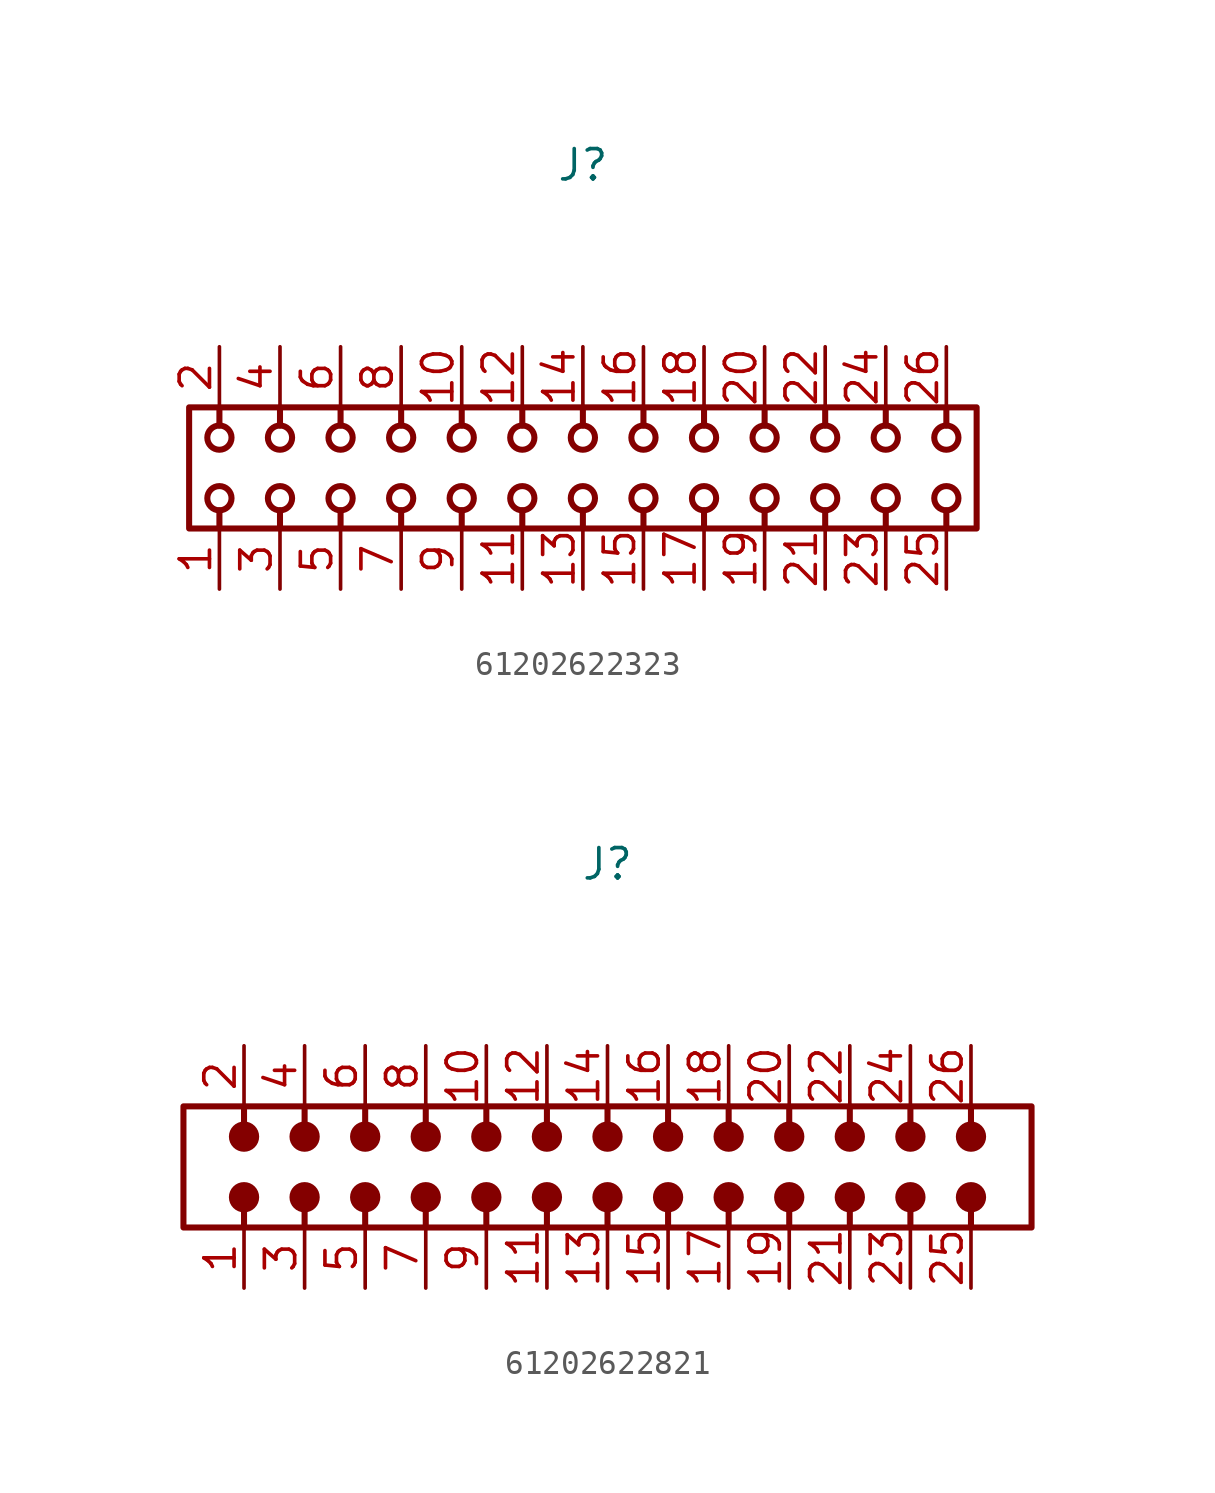
<source format=kicad_sym>
(kicad_symbol_lib
  (version 20241209)
  (generator "kicad_symbol_editor")
  (generator_version "9.0")
  (symbol "61202622323"
    (pin_names
      (hide yes))
    (property "Reference" "J"
      (at 0 12.7 0)
      (effects (font (size 1.27 1.27))))
    (symbol "61202622323_1_1"
      (rectangle (start -16.51 2.54) (end 16.51 -2.54) (stroke (width 0.254) (type solid)) (fill (type none)))
      (polyline (pts (xy -15.24 1.778) (xy -15.24 2.54)) (stroke (width 0.254) (type solid)) (fill (type none)))
      (circle (center -15.24 1.27) (radius 0.508) (stroke (width 0.254) (type solid)) (fill (type none)))
      (circle (center -15.24 -1.27) (radius 0.508) (stroke (width 0.254) (type solid)) (fill (type none)))
      (polyline (pts (xy -15.24 -1.778) (xy -15.24 -2.54)) (stroke (width 0.254) (type solid)) (fill (type none)))
      (polyline (pts (xy -12.7 1.778) (xy -12.7 2.54)) (stroke (width 0.254) (type solid)) (fill (type none)))
      (circle (center -12.7 1.27) (radius 0.508) (stroke (width 0.254) (type solid)) (fill (type none)))
      (circle (center -12.7 -1.27) (radius 0.508) (stroke (width 0.254) (type solid)) (fill (type none)))
      (polyline (pts (xy -12.7 -1.778) (xy -12.7 -2.54)) (stroke (width 0.254) (type solid)) (fill (type none)))
      (polyline (pts (xy -10.16 1.778) (xy -10.16 2.54)) (stroke (width 0.254) (type solid)) (fill (type none)))
      (circle (center -10.16 1.27) (radius 0.508) (stroke (width 0.254) (type solid)) (fill (type none)))
      (circle (center -10.16 -1.27) (radius 0.508) (stroke (width 0.254) (type solid)) (fill (type none)))
      (polyline (pts (xy -10.16 -1.778) (xy -10.16 -2.54)) (stroke (width 0.254) (type solid)) (fill (type none)))
      (polyline (pts (xy -7.62 1.778) (xy -7.62 2.54)) (stroke (width 0.254) (type solid)) (fill (type none)))
      (circle (center -7.62 1.27) (radius 0.508) (stroke (width 0.254) (type solid)) (fill (type none)))
      (circle (center -7.62 -1.27) (radius 0.508) (stroke (width 0.254) (type solid)) (fill (type none)))
      (polyline (pts (xy -7.62 -1.778) (xy -7.62 -2.54)) (stroke (width 0.254) (type solid)) (fill (type none)))
      (polyline (pts (xy -5.08 1.778) (xy -5.08 2.54)) (stroke (width 0.254) (type solid)) (fill (type none)))
      (circle (center -5.08 1.27) (radius 0.508) (stroke (width 0.254) (type solid)) (fill (type none)))
      (circle (center -5.08 -1.27) (radius 0.508) (stroke (width 0.254) (type solid)) (fill (type none)))
      (polyline (pts (xy -5.08 -1.778) (xy -5.08 -2.54)) (stroke (width 0.254) (type solid)) (fill (type none)))
      (polyline (pts (xy -2.54 1.778) (xy -2.54 2.54)) (stroke (width 0.254) (type solid)) (fill (type none)))
      (circle (center -2.54 1.27) (radius 0.508) (stroke (width 0.254) (type solid)) (fill (type none)))
      (circle (center -2.54 -1.27) (radius 0.508) (stroke (width 0.254) (type solid)) (fill (type none)))
      (polyline (pts (xy -2.54 -1.778) (xy -2.54 -2.54)) (stroke (width 0.254) (type solid)) (fill (type none)))
      (polyline (pts (xy 0 1.778) (xy 0 2.54)) (stroke (width 0.254) (type solid)) (fill (type none)))
      (circle (center 0 1.27) (radius 0.508) (stroke (width 0.254) (type solid)) (fill (type none)))
      (circle (center 0 -1.27) (radius 0.508) (stroke (width 0.254) (type solid)) (fill (type none)))
      (polyline (pts (xy 0 -1.778) (xy 0 -2.54)) (stroke (width 0.254) (type solid)) (fill (type none)))
      (polyline (pts (xy 2.54 1.778) (xy 2.54 2.54)) (stroke (width 0.254) (type solid)) (fill (type none)))
      (circle (center 2.54 1.27) (radius 0.508) (stroke (width 0.254) (type solid)) (fill (type none)))
      (circle (center 2.54 -1.27) (radius 0.508) (stroke (width 0.254) (type solid)) (fill (type none)))
      (polyline (pts (xy 2.54 -1.778) (xy 2.54 -2.54)) (stroke (width 0.254) (type solid)) (fill (type none)))
      (polyline (pts (xy 5.08 1.778) (xy 5.08 2.54)) (stroke (width 0.254) (type solid)) (fill (type none)))
      (circle (center 5.08 1.27) (radius 0.508) (stroke (width 0.254) (type solid)) (fill (type none)))
      (circle (center 5.08 -1.27) (radius 0.508) (stroke (width 0.254) (type solid)) (fill (type none)))
      (polyline (pts (xy 5.08 -1.778) (xy 5.08 -2.54)) (stroke (width 0.254) (type solid)) (fill (type none)))
      (polyline (pts (xy 7.62 1.778) (xy 7.62 2.54)) (stroke (width 0.254) (type solid)) (fill (type none)))
      (circle (center 7.62 1.27) (radius 0.508) (stroke (width 0.254) (type solid)) (fill (type none)))
      (circle (center 7.62 -1.27) (radius 0.508) (stroke (width 0.254) (type solid)) (fill (type none)))
      (polyline (pts (xy 7.62 -1.778) (xy 7.62 -2.54)) (stroke (width 0.254) (type solid)) (fill (type none)))
      (polyline (pts (xy 10.16 1.778) (xy 10.16 2.54)) (stroke (width 0.254) (type solid)) (fill (type none)))
      (circle (center 10.16 1.27) (radius 0.508) (stroke (width 0.254) (type solid)) (fill (type none)))
      (circle (center 10.16 -1.27) (radius 0.508) (stroke (width 0.254) (type solid)) (fill (type none)))
      (polyline (pts (xy 10.16 -1.778) (xy 10.16 -2.54)) (stroke (width 0.254) (type solid)) (fill (type none)))
      (polyline (pts (xy 12.7 1.778) (xy 12.7 2.54)) (stroke (width 0.254) (type solid)) (fill (type none)))
      (circle (center 12.7 1.27) (radius 0.508) (stroke (width 0.254) (type solid)) (fill (type none)))
      (circle (center 12.7 -1.27) (radius 0.508) (stroke (width 0.254) (type solid)) (fill (type none)))
      (polyline (pts (xy 12.7 -1.778) (xy 12.7 -2.54)) (stroke (width 0.254) (type solid)) (fill (type none)))
      (polyline (pts (xy 15.24 1.778) (xy 15.24 2.54)) (stroke (width 0.254) (type solid)) (fill (type none)))
      (circle (center 15.24 1.27) (radius 0.508) (stroke (width 0.254) (type solid)) (fill (type none)))
      (circle (center 15.24 -1.27) (radius 0.508) (stroke (width 0.254) (type solid)) (fill (type none)))
      (polyline (pts (xy 15.24 -1.778) (xy 15.24 -2.54)) (stroke (width 0.254) (type solid)) (fill (type none)))
      (pin passive line (at -15.24 5.08 270) (length 2.54) (name "2" (effects (font (size 1.27 1.27)))) (number "2" (effects (font (size 1.27 1.27)))))
      (pin passive line (at -15.24 -5.08 90) (length 2.54) (name "1" (effects (font (size 1.27 1.27)))) (number "1" (effects (font (size 1.27 1.27)))))
      (pin passive line (at -12.7 5.08 270) (length 2.54) (name "4" (effects (font (size 1.27 1.27)))) (number "4" (effects (font (size 1.27 1.27)))))
      (pin passive line (at -12.7 -5.08 90) (length 2.54) (name "3" (effects (font (size 1.27 1.27)))) (number "3" (effects (font (size 1.27 1.27)))))
      (pin passive line (at -10.16 5.08 270) (length 2.54) (name "6" (effects (font (size 1.27 1.27)))) (number "6" (effects (font (size 1.27 1.27)))))
      (pin passive line (at -10.16 -5.08 90) (length 2.54) (name "5" (effects (font (size 1.27 1.27)))) (number "5" (effects (font (size 1.27 1.27)))))
      (pin passive line (at -7.62 5.08 270) (length 2.54) (name "8" (effects (font (size 1.27 1.27)))) (number "8" (effects (font (size 1.27 1.27)))))
      (pin passive line (at -7.62 -5.08 90) (length 2.54) (name "7" (effects (font (size 1.27 1.27)))) (number "7" (effects (font (size 1.27 1.27)))))
      (pin passive line (at -5.08 5.08 270) (length 2.54) (name "10" (effects (font (size 1.27 1.27)))) (number "10" (effects (font (size 1.27 1.27)))))
      (pin passive line (at -5.08 -5.08 90) (length 2.54) (name "9" (effects (font (size 1.27 1.27)))) (number "9" (effects (font (size 1.27 1.27)))))
      (pin passive line (at -2.54 5.08 270) (length 2.54) (name "12" (effects (font (size 1.27 1.27)))) (number "12" (effects (font (size 1.27 1.27)))))
      (pin passive line (at -2.54 -5.08 90) (length 2.54) (name "11" (effects (font (size 1.27 1.27)))) (number "11" (effects (font (size 1.27 1.27)))))
      (pin passive line (at 0 5.08 270) (length 2.54) (name "14" (effects (font (size 1.27 1.27)))) (number "14" (effects (font (size 1.27 1.27)))))
      (pin passive line (at 0 -5.08 90) (length 2.54) (name "13" (effects (font (size 1.27 1.27)))) (number "13" (effects (font (size 1.27 1.27)))))
      (pin passive line (at 2.54 5.08 270) (length 2.54) (name "16" (effects (font (size 1.27 1.27)))) (number "16" (effects (font (size 1.27 1.27)))))
      (pin passive line (at 2.54 -5.08 90) (length 2.54) (name "15" (effects (font (size 1.27 1.27)))) (number "15" (effects (font (size 1.27 1.27)))))
      (pin passive line (at 5.08 5.08 270) (length 2.54) (name "18" (effects (font (size 1.27 1.27)))) (number "18" (effects (font (size 1.27 1.27)))))
      (pin passive line (at 5.08 -5.08 90) (length 2.54) (name "17" (effects (font (size 1.27 1.27)))) (number "17" (effects (font (size 1.27 1.27)))))
      (pin passive line (at 7.62 5.08 270) (length 2.54) (name "20" (effects (font (size 1.27 1.27)))) (number "20" (effects (font (size 1.27 1.27)))))
      (pin passive line (at 7.62 -5.08 90) (length 2.54) (name "19" (effects (font (size 1.27 1.27)))) (number "19" (effects (font (size 1.27 1.27)))))
      (pin passive line (at 10.16 5.08 270) (length 2.54) (name "22" (effects (font (size 1.27 1.27)))) (number "22" (effects (font (size 1.27 1.27)))))
      (pin passive line (at 10.16 -5.08 90) (length 2.54) (name "21" (effects (font (size 1.27 1.27)))) (number "21" (effects (font (size 1.27 1.27)))))
      (pin passive line (at 12.7 5.08 270) (length 2.54) (name "24" (effects (font (size 1.27 1.27)))) (number "24" (effects (font (size 1.27 1.27)))))
      (pin passive line (at 12.7 -5.08 90) (length 2.54) (name "23" (effects (font (size 1.27 1.27)))) (number "23" (effects (font (size 1.27 1.27)))))
      (pin passive line (at 15.24 5.08 270) (length 2.54) (name "26" (effects (font (size 1.27 1.27)))) (number "26" (effects (font (size 1.27 1.27)))))
      (pin passive line (at 15.24 -5.08 90) (length 2.54) (name "25" (effects (font (size 1.27 1.27)))) (number "25" (effects (font (size 1.27 1.27)))))))
  (symbol "61202622821"
    (pin_names
      (hide yes))
    (property "Reference" "J"
      (at 0 12.7 0)
      (effects (font (size 1.27 1.27))))
    (symbol "61202622821_1_1"
      (rectangle (start -17.78 2.54) (end 17.78 -2.54) (stroke (width 0.254) (type solid)) (fill (type none)))
      (polyline (pts (xy -15.24 1.778) (xy -15.24 2.54)) (stroke (width 0.254) (type solid)) (fill (type none)))
      (circle (center -15.24 1.27) (radius 0.508) (stroke (width 0.254) (type solid)) (fill (type outline)))
      (circle (center -15.24 -1.27) (radius 0.508) (stroke (width 0.254) (type solid)) (fill (type outline)))
      (polyline (pts (xy -15.24 -1.778) (xy -15.24 -2.54)) (stroke (width 0.254) (type solid)) (fill (type none)))
      (polyline (pts (xy -12.7 1.778) (xy -12.7 2.54)) (stroke (width 0.254) (type solid)) (fill (type none)))
      (circle (center -12.7 1.27) (radius 0.508) (stroke (width 0.254) (type solid)) (fill (type outline)))
      (circle (center -12.7 -1.27) (radius 0.508) (stroke (width 0.254) (type solid)) (fill (type outline)))
      (polyline (pts (xy -12.7 -1.778) (xy -12.7 -2.54)) (stroke (width 0.254) (type solid)) (fill (type none)))
      (polyline (pts (xy -10.16 1.778) (xy -10.16 2.54)) (stroke (width 0.254) (type solid)) (fill (type none)))
      (circle (center -10.16 1.27) (radius 0.508) (stroke (width 0.254) (type solid)) (fill (type outline)))
      (circle (center -10.16 -1.27) (radius 0.508) (stroke (width 0.254) (type solid)) (fill (type outline)))
      (polyline (pts (xy -10.16 -1.778) (xy -10.16 -2.54)) (stroke (width 0.254) (type solid)) (fill (type none)))
      (polyline (pts (xy -7.62 1.778) (xy -7.62 2.54)) (stroke (width 0.254) (type solid)) (fill (type none)))
      (circle (center -7.62 1.27) (radius 0.508) (stroke (width 0.254) (type solid)) (fill (type outline)))
      (circle (center -7.62 -1.27) (radius 0.508) (stroke (width 0.254) (type solid)) (fill (type outline)))
      (polyline (pts (xy -7.62 -1.778) (xy -7.62 -2.54)) (stroke (width 0.254) (type solid)) (fill (type none)))
      (polyline (pts (xy -5.08 1.778) (xy -5.08 2.54)) (stroke (width 0.254) (type solid)) (fill (type none)))
      (circle (center -5.08 1.27) (radius 0.508) (stroke (width 0.254) (type solid)) (fill (type outline)))
      (circle (center -5.08 -1.27) (radius 0.508) (stroke (width 0.254) (type solid)) (fill (type outline)))
      (polyline (pts (xy -5.08 -1.778) (xy -5.08 -2.54)) (stroke (width 0.254) (type solid)) (fill (type none)))
      (polyline (pts (xy -2.54 1.778) (xy -2.54 2.54)) (stroke (width 0.254) (type solid)) (fill (type none)))
      (circle (center -2.54 1.27) (radius 0.508) (stroke (width 0.254) (type solid)) (fill (type outline)))
      (circle (center -2.54 -1.27) (radius 0.508) (stroke (width 0.254) (type solid)) (fill (type outline)))
      (polyline (pts (xy -2.54 -1.778) (xy -2.54 -2.54)) (stroke (width 0.254) (type solid)) (fill (type none)))
      (polyline (pts (xy 0 1.778) (xy 0 2.54)) (stroke (width 0.254) (type solid)) (fill (type none)))
      (circle (center 0 1.27) (radius 0.508) (stroke (width 0.254) (type solid)) (fill (type outline)))
      (circle (center 0 -1.27) (radius 0.508) (stroke (width 0.254) (type solid)) (fill (type outline)))
      (polyline (pts (xy 0 -1.778) (xy 0 -2.54)) (stroke (width 0.254) (type solid)) (fill (type none)))
      (polyline (pts (xy 2.54 1.778) (xy 2.54 2.54)) (stroke (width 0.254) (type solid)) (fill (type none)))
      (circle (center 2.54 1.27) (radius 0.508) (stroke (width 0.254) (type solid)) (fill (type outline)))
      (circle (center 2.54 -1.27) (radius 0.508) (stroke (width 0.254) (type solid)) (fill (type outline)))
      (polyline (pts (xy 2.54 -1.778) (xy 2.54 -2.54)) (stroke (width 0.254) (type solid)) (fill (type none)))
      (polyline (pts (xy 5.08 1.778) (xy 5.08 2.54)) (stroke (width 0.254) (type solid)) (fill (type none)))
      (circle (center 5.08 1.27) (radius 0.508) (stroke (width 0.254) (type solid)) (fill (type outline)))
      (circle (center 5.08 -1.27) (radius 0.508) (stroke (width 0.254) (type solid)) (fill (type outline)))
      (polyline (pts (xy 5.08 -1.778) (xy 5.08 -2.54)) (stroke (width 0.254) (type solid)) (fill (type none)))
      (polyline (pts (xy 7.62 1.778) (xy 7.62 2.54)) (stroke (width 0.254) (type solid)) (fill (type none)))
      (circle (center 7.62 1.27) (radius 0.508) (stroke (width 0.254) (type solid)) (fill (type outline)))
      (circle (center 7.62 -1.27) (radius 0.508) (stroke (width 0.254) (type solid)) (fill (type outline)))
      (polyline (pts (xy 7.62 -1.778) (xy 7.62 -2.54)) (stroke (width 0.254) (type solid)) (fill (type none)))
      (polyline (pts (xy 10.16 1.778) (xy 10.16 2.54)) (stroke (width 0.254) (type solid)) (fill (type none)))
      (circle (center 10.16 1.27) (radius 0.508) (stroke (width 0.254) (type solid)) (fill (type outline)))
      (circle (center 10.16 -1.27) (radius 0.508) (stroke (width 0.254) (type solid)) (fill (type outline)))
      (polyline (pts (xy 10.16 -1.778) (xy 10.16 -2.54)) (stroke (width 0.254) (type solid)) (fill (type none)))
      (polyline (pts (xy 12.7 1.778) (xy 12.7 2.54)) (stroke (width 0.254) (type solid)) (fill (type none)))
      (circle (center 12.7 1.27) (radius 0.508) (stroke (width 0.254) (type solid)) (fill (type outline)))
      (circle (center 12.7 -1.27) (radius 0.508) (stroke (width 0.254) (type solid)) (fill (type outline)))
      (polyline (pts (xy 12.7 -1.778) (xy 12.7 -2.54)) (stroke (width 0.254) (type solid)) (fill (type none)))
      (polyline (pts (xy 15.24 1.778) (xy 15.24 2.54)) (stroke (width 0.254) (type solid)) (fill (type none)))
      (circle (center 15.24 1.27) (radius 0.508) (stroke (width 0.254) (type solid)) (fill (type outline)))
      (circle (center 15.24 -1.27) (radius 0.508) (stroke (width 0.254) (type solid)) (fill (type outline)))
      (polyline (pts (xy 15.24 -1.778) (xy 15.24 -2.54)) (stroke (width 0.254) (type solid)) (fill (type none)))
      (pin passive line (at -15.24 5.08 270) (length 2.54) (name "2" (effects (font (size 1.27 1.27)))) (number "2" (effects (font (size 1.27 1.27)))))
      (pin passive line (at -15.24 -5.08 90) (length 2.54) (name "1" (effects (font (size 1.27 1.27)))) (number "1" (effects (font (size 1.27 1.27)))))
      (pin passive line (at -12.7 5.08 270) (length 2.54) (name "4" (effects (font (size 1.27 1.27)))) (number "4" (effects (font (size 1.27 1.27)))))
      (pin passive line (at -12.7 -5.08 90) (length 2.54) (name "3" (effects (font (size 1.27 1.27)))) (number "3" (effects (font (size 1.27 1.27)))))
      (pin passive line (at -10.16 5.08 270) (length 2.54) (name "6" (effects (font (size 1.27 1.27)))) (number "6" (effects (font (size 1.27 1.27)))))
      (pin passive line (at -10.16 -5.08 90) (length 2.54) (name "5" (effects (font (size 1.27 1.27)))) (number "5" (effects (font (size 1.27 1.27)))))
      (pin passive line (at -7.62 5.08 270) (length 2.54) (name "8" (effects (font (size 1.27 1.27)))) (number "8" (effects (font (size 1.27 1.27)))))
      (pin passive line (at -7.62 -5.08 90) (length 2.54) (name "7" (effects (font (size 1.27 1.27)))) (number "7" (effects (font (size 1.27 1.27)))))
      (pin passive line (at -5.08 5.08 270) (length 2.54) (name "10" (effects (font (size 1.27 1.27)))) (number "10" (effects (font (size 1.27 1.27)))))
      (pin passive line (at -5.08 -5.08 90) (length 2.54) (name "9" (effects (font (size 1.27 1.27)))) (number "9" (effects (font (size 1.27 1.27)))))
      (pin passive line (at -2.54 5.08 270) (length 2.54) (name "12" (effects (font (size 1.27 1.27)))) (number "12" (effects (font (size 1.27 1.27)))))
      (pin passive line (at -2.54 -5.08 90) (length 2.54) (name "11" (effects (font (size 1.27 1.27)))) (number "11" (effects (font (size 1.27 1.27)))))
      (pin passive line (at 0 5.08 270) (length 2.54) (name "14" (effects (font (size 1.27 1.27)))) (number "14" (effects (font (size 1.27 1.27)))))
      (pin passive line (at 0 -5.08 90) (length 2.54) (name "13" (effects (font (size 1.27 1.27)))) (number "13" (effects (font (size 1.27 1.27)))))
      (pin passive line (at 2.54 5.08 270) (length 2.54) (name "16" (effects (font (size 1.27 1.27)))) (number "16" (effects (font (size 1.27 1.27)))))
      (pin passive line (at 2.54 -5.08 90) (length 2.54) (name "15" (effects (font (size 1.27 1.27)))) (number "15" (effects (font (size 1.27 1.27)))))
      (pin passive line (at 5.08 5.08 270) (length 2.54) (name "18" (effects (font (size 1.27 1.27)))) (number "18" (effects (font (size 1.27 1.27)))))
      (pin passive line (at 5.08 -5.08 90) (length 2.54) (name "17" (effects (font (size 1.27 1.27)))) (number "17" (effects (font (size 1.27 1.27)))))
      (pin passive line (at 7.62 5.08 270) (length 2.54) (name "20" (effects (font (size 1.27 1.27)))) (number "20" (effects (font (size 1.27 1.27)))))
      (pin passive line (at 7.62 -5.08 90) (length 2.54) (name "19" (effects (font (size 1.27 1.27)))) (number "19" (effects (font (size 1.27 1.27)))))
      (pin passive line (at 10.16 5.08 270) (length 2.54) (name "22" (effects (font (size 1.27 1.27)))) (number "22" (effects (font (size 1.27 1.27)))))
      (pin passive line (at 10.16 -5.08 90) (length 2.54) (name "21" (effects (font (size 1.27 1.27)))) (number "21" (effects (font (size 1.27 1.27)))))
      (pin passive line (at 12.7 5.08 270) (length 2.54) (name "24" (effects (font (size 1.27 1.27)))) (number "24" (effects (font (size 1.27 1.27)))))
      (pin passive line (at 12.7 -5.08 90) (length 2.54) (name "23" (effects (font (size 1.27 1.27)))) (number "23" (effects (font (size 1.27 1.27)))))
      (pin passive line (at 15.24 5.08 270) (length 2.54) (name "26" (effects (font (size 1.27 1.27)))) (number "26" (effects (font (size 1.27 1.27)))))
      (pin passive line (at 15.24 -5.08 90) (length 2.54) (name "25" (effects (font (size 1.27 1.27)))) (number "25" (effects (font (size 1.27 1.27))))))))
</source>
